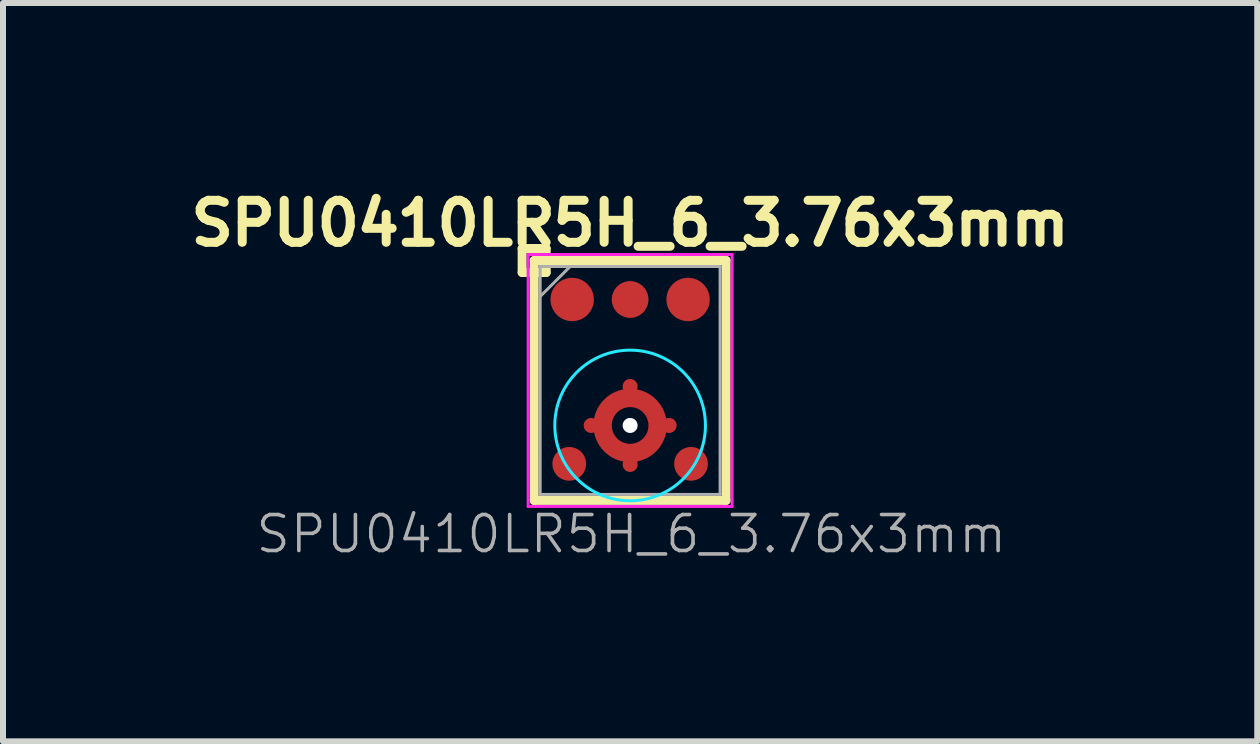
<source format=kicad_pcb>
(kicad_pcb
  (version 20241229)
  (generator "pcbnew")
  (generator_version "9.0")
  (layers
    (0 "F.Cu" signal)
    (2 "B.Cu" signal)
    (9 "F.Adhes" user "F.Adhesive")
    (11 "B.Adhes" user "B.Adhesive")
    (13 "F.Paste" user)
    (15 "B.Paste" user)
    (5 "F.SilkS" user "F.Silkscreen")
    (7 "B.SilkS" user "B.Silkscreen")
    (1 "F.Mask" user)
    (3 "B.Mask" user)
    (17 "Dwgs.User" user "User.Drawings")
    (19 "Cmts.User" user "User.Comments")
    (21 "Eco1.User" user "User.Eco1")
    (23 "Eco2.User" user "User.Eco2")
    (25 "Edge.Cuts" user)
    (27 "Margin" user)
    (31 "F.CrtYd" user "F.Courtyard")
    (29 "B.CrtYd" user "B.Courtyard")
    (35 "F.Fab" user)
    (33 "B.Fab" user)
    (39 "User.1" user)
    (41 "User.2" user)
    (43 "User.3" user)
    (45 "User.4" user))
  (footprint "SPU0410LR5H_6_3.76x3mm"
    (layer "F.Cu")
    (at 7.455 3.293)
    (property "Reference" "SPU0410LR5H_6_3.76x3mm" (at 0.02 2.56 180) (layer "F.Fab") (effects (font (size 0.6 0.6) (thickness 0.06))))
    (attr through_hole)
    (fp_circle (center 0 0.75) (end 0.459 0.75) (stroke (width 0.306) (type solid)) (fill no) (layer "F.Cu"))
    (fp_circle (center 0 0.75) (end 0.306 0.75) (stroke (width 0.7) (type solid)) (fill no) (layer "F.Mask"))
    (fp_line (start -1.8 -2.2) (end -1.8 -1.8) (stroke (width 0.15) (type solid)) (layer "F.SilkS"))
    (fp_line (start -1.8 -1.8) (end -1.4 -1.8) (stroke (width 0.15) (type solid)) (layer "F.SilkS"))
    (fp_line (start -1.6 -2) (end -1.6 2) (stroke (width 0.15) (type solid)) (layer "F.SilkS"))
    (fp_line (start -1.6 2) (end 1.6 2) (stroke (width 0.15) (type solid)) (layer "F.SilkS"))
    (fp_line (start -1.4 -2.2) (end -1.8 -2.2) (stroke (width 0.15) (type solid)) (layer "F.SilkS"))
    (fp_line (start -1.4 -1.8) (end -1.4 -2.2) (stroke (width 0.15) (type solid)) (layer "F.SilkS"))
    (fp_line (start 1.6 -2) (end -1.6 -2) (stroke (width 0.15) (type solid)) (layer "F.SilkS"))
    (fp_line (start 1.6 2) (end 1.6 -2) (stroke (width 0.15) (type solid)) (layer "F.SilkS"))
    (fp_arc (start -0.459 0.75) (mid -0.431319 0.593012) (end -0.351614 0.45496) (stroke (width 0.3) (type solid)) (layer "F.Paste"))
    (fp_arc (start 0 0.291) (mid 0.156988 0.318681) (end 0.29504 0.398386) (stroke (width 0.3) (type solid)) (layer "F.Paste"))
    (fp_arc (start 0 1.209) (mid -0.156988 1.181319) (end -0.29504 1.101614) (stroke (width 0.3) (type solid)) (layer "F.Paste"))
    (fp_arc (start 0.459 0.75) (mid 0.431319 0.906988) (end 0.351614 1.04504) (stroke (width 0.3) (type solid)) (layer "F.Paste"))
    (fp_circle (center 0 0.75) (end -0.725 -0.275) (stroke (width 0.05) (type solid)) (fill no) (layer "B.CrtYd"))
    (fp_line (start -1.7 -2.1) (end -1.7 2.1) (stroke (width 0.05) (type solid)) (layer "F.CrtYd"))
    (fp_line (start -1.7 2.1) (end 1.7 2.1) (stroke (width 0.05) (type solid)) (layer "F.CrtYd"))
    (fp_line (start 1.7 -2.1) (end -1.7 -2.1) (stroke (width 0.05) (type solid)) (layer "F.CrtYd"))
    (fp_line (start 1.7 2.1) (end 1.7 -2.1) (stroke (width 0.05) (type solid)) (layer "F.CrtYd"))
    (fp_line (start -1.5 -1.9) (end 1.5 -1.9) (stroke (width 0.05) (type solid)) (layer "F.Fab"))
    (fp_line (start -1.5 -1.4) (end -1 -1.9) (stroke (width 0.05) (type solid)) (layer "F.Fab"))
    (fp_line (start -1.5 1.9) (end -1.5 -1.9) (stroke (width 0.05) (type solid)) (layer "F.Fab"))
    (fp_line (start 1.5 -1.9) (end 1.5 1.9) (stroke (width 0.05) (type solid)) (layer "F.Fab"))
    (fp_line (start 1.5 1.9) (end -1.5 1.9) (stroke (width 0.05) (type solid)) (layer "F.Fab"))
    (fp_text user "${REFERENCE}" (at 0 -2.62 0) (layer "F.SilkS") (effects (font (size 0.7 0.7) (thickness 0.15))))
    (pad "" np_thru_hole circle (at 0 0.75) (size 0.25 0.25) (drill 0.25) (layers "*.Cu"))
    (pad "1" smd circle (at -0.966 -1.35) (size 0.723 0.723) (layers "F.Cu" "F.Mask" "F.Paste"))
    (pad "2" smd circle (at -1.015 1.39) (size 0.562 0.562) (layers "F.Cu" "F.Mask" "F.Paste"))
    (pad "3" smd circle (at 1.015 1.39) (size 0.562 0.562) (layers "F.Cu" "F.Mask" "F.Paste"))
    (pad "4" smd circle (at 0.966 -1.35) (size 0.723 0.723) (layers "F.Cu" "F.Mask" "F.Paste"))
    (pad "5" smd circle (at 0 -1.35) (size 0.612 0.612) (layers "F.Cu" "F.Mask" "F.Paste"))
    (pad "6" smd circle (at -0.65 0.75) (size 0.25 0.25) (layers "F.Cu"))
    (pad "6" smd circle (at 0 0.1) (size 0.25 0.25) (layers "F.Cu"))
    (pad "6" smd circle (at 0 1.4) (size 0.25 0.25) (layers "F.Cu"))
    (pad "6" smd circle (at 0.65 0.75) (size 0.25 0.25) (layers "F.Cu")))
  (gr_rect
    (start -3 -3)
    (end 17.91 9.309)
    (stroke (width 0.1) (type default))
    (fill no)
    (layer "Edge.Cuts")))
</source>
